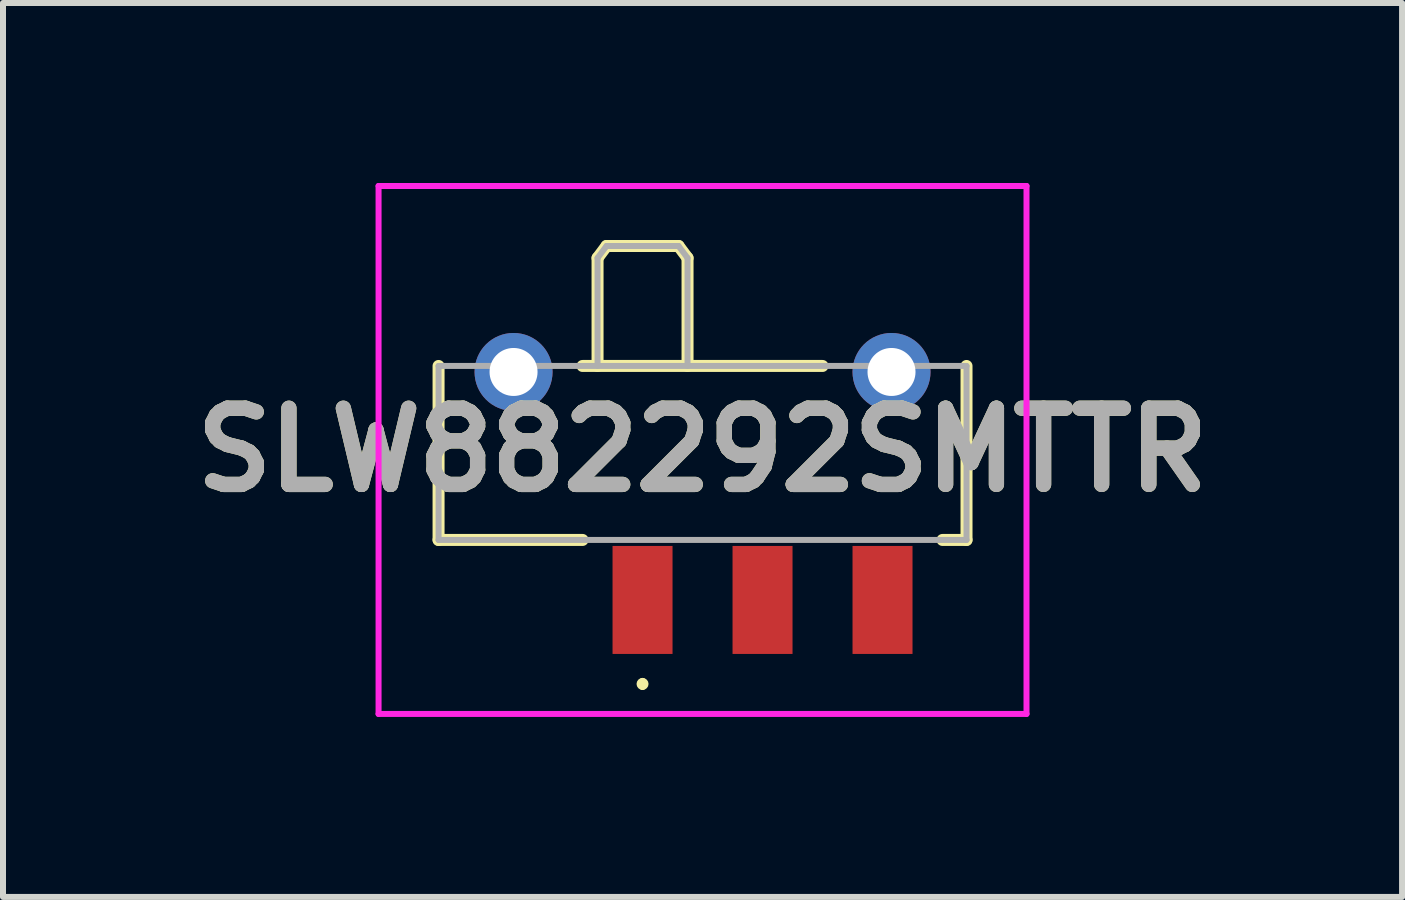
<source format=kicad_pcb>
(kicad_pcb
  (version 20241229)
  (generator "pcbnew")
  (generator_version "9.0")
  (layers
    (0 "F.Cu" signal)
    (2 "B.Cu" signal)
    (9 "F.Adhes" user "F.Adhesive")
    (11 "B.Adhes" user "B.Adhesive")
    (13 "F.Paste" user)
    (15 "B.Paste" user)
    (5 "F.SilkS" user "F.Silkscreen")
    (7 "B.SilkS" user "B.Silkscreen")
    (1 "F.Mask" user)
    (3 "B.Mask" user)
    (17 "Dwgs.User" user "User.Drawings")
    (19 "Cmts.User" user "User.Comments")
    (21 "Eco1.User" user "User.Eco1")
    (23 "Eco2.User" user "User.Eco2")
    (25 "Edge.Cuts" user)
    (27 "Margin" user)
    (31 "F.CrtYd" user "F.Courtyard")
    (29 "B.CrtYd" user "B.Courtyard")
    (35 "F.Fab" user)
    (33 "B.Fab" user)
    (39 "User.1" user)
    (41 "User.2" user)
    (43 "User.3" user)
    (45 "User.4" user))
  (footprint "SLW882292SMTTR"
    (layer "F.Cu")
    (at 8.66 4)
    (property "Reference" "SLW882292SMTTR" (at 0 0.45 0) (layer "F.SilkS") (effects (font (size 1.27 1.27) (thickness 0.254))))
    (attr through_hole)
    (fp_line (start -4.4 -0.95) (end -4.4 1.95) (stroke (width 0.2) (type solid)) (layer "F.SilkS"))
    (fp_line (start -4.4 1.95) (end -2 1.95) (stroke (width 0.2) (type solid)) (layer "F.SilkS"))
    (fp_line (start -1.75 -2.75) (end -1.6 -2.95) (stroke (width 0.2) (type solid)) (layer "F.SilkS"))
    (fp_line (start -1.75 -0.95) (end -1.75 -2.75) (stroke (width 0.2) (type solid)) (layer "F.SilkS"))
    (fp_line (start -1.6 -2.95) (end -0.4 -2.95) (stroke (width 0.2) (type solid)) (layer "F.SilkS"))
    (fp_line (start -1 4.3) (end -1 4.3) (stroke (width 0.1) (type solid)) (layer "F.SilkS"))
    (fp_line (start -1 4.4) (end -1 4.4) (stroke (width 0.1) (type solid)) (layer "F.SilkS"))
    (fp_line (start -0.4 -2.95) (end -0.25 -2.75) (stroke (width 0.2) (type solid)) (layer "F.SilkS"))
    (fp_line (start -0.25 -2.75) (end -0.25 -0.95) (stroke (width 0.2) (type solid)) (layer "F.SilkS"))
    (fp_line (start 2 -0.95) (end -2 -0.95) (stroke (width 0.2) (type solid)) (layer "F.SilkS"))
    (fp_line (start 4 1.95) (end 4.4 1.95) (stroke (width 0.2) (type solid)) (layer "F.SilkS"))
    (fp_line (start 4.4 1.95) (end 4.4 -0.95) (stroke (width 0.2) (type solid)) (layer "F.SilkS"))
    (fp_arc (start -1 4.3) (mid -0.95 4.35) (end -1 4.4) (stroke (width 0.1) (type solid)) (layer "F.SilkS"))
    (fp_arc (start -1 4.4) (mid -1.05 4.35) (end -1 4.3) (stroke (width 0.1) (type solid)) (layer "F.SilkS"))
    (fp_line (start -5.4 -3.95) (end 5.4 -3.95) (stroke (width 0.1) (type solid)) (layer "F.CrtYd"))
    (fp_line (start -5.4 4.85) (end -5.4 -3.95) (stroke (width 0.1) (type solid)) (layer "F.CrtYd"))
    (fp_line (start 5.4 -3.95) (end 5.4 4.85) (stroke (width 0.1) (type solid)) (layer "F.CrtYd"))
    (fp_line (start 5.4 4.85) (end -5.4 4.85) (stroke (width 0.1) (type solid)) (layer "F.CrtYd"))
    (fp_line (start -4.4 -0.95) (end 4.4 -0.95) (stroke (width 0.1) (type solid)) (layer "F.Fab"))
    (fp_line (start -4.4 1.95) (end -4.4 -0.95) (stroke (width 0.1) (type solid)) (layer "F.Fab"))
    (fp_line (start -1.75 -2.75) (end -1.6 -2.95) (stroke (width 0.1) (type solid)) (layer "F.Fab"))
    (fp_line (start -1.75 -0.95) (end -1.75 -2.75) (stroke (width 0.1) (type solid)) (layer "F.Fab"))
    (fp_line (start -1.6 -2.95) (end -0.4 -2.95) (stroke (width 0.1) (type solid)) (layer "F.Fab"))
    (fp_line (start -0.4 -2.95) (end -0.25 -2.75) (stroke (width 0.1) (type solid)) (layer "F.Fab"))
    (fp_line (start -0.25 -2.75) (end -0.25 -0.95) (stroke (width 0.1) (type solid)) (layer "F.Fab"))
    (fp_line (start 4.4 -0.95) (end 4.4 1.95) (stroke (width 0.1) (type solid)) (layer "F.Fab"))
    (fp_line (start 4.4 1.95) (end -4.4 1.95) (stroke (width 0.1) (type solid)) (layer "F.Fab"))
    (fp_text user "${REFERENCE}" (at 0 0.45 0) (layer "F.Fab") (effects (font (size 1.27 1.27) (thickness 0.254))))
    (pad "1" smd rect (at -1 2.95) (size 1 1.8) (layers "F.Cu" "F.Mask" "F.Paste"))
    (pad "2" smd rect (at 1 2.95) (size 1 1.8) (layers "F.Cu" "F.Mask" "F.Paste"))
    (pad "3" smd rect (at 3 2.95) (size 1 1.8) (layers "F.Cu" "F.Mask" "F.Paste"))
    (pad "MH1" thru_hole circle (at -3.15 -0.85) (size 1.3 1.3) (drill 0.8) (layers "*.Cu" "*.Mask"))
    (pad "MH2" thru_hole circle (at 3.15 -0.85) (size 1.3 1.3) (drill 0.8) (layers "*.Cu" "*.Mask")))
  (gr_rect
    (start -3 -3)
    (end 20.32 11.9)
    (stroke (width 0.1) (type default))
    (fill no)
    (layer "Edge.Cuts")))
</source>
